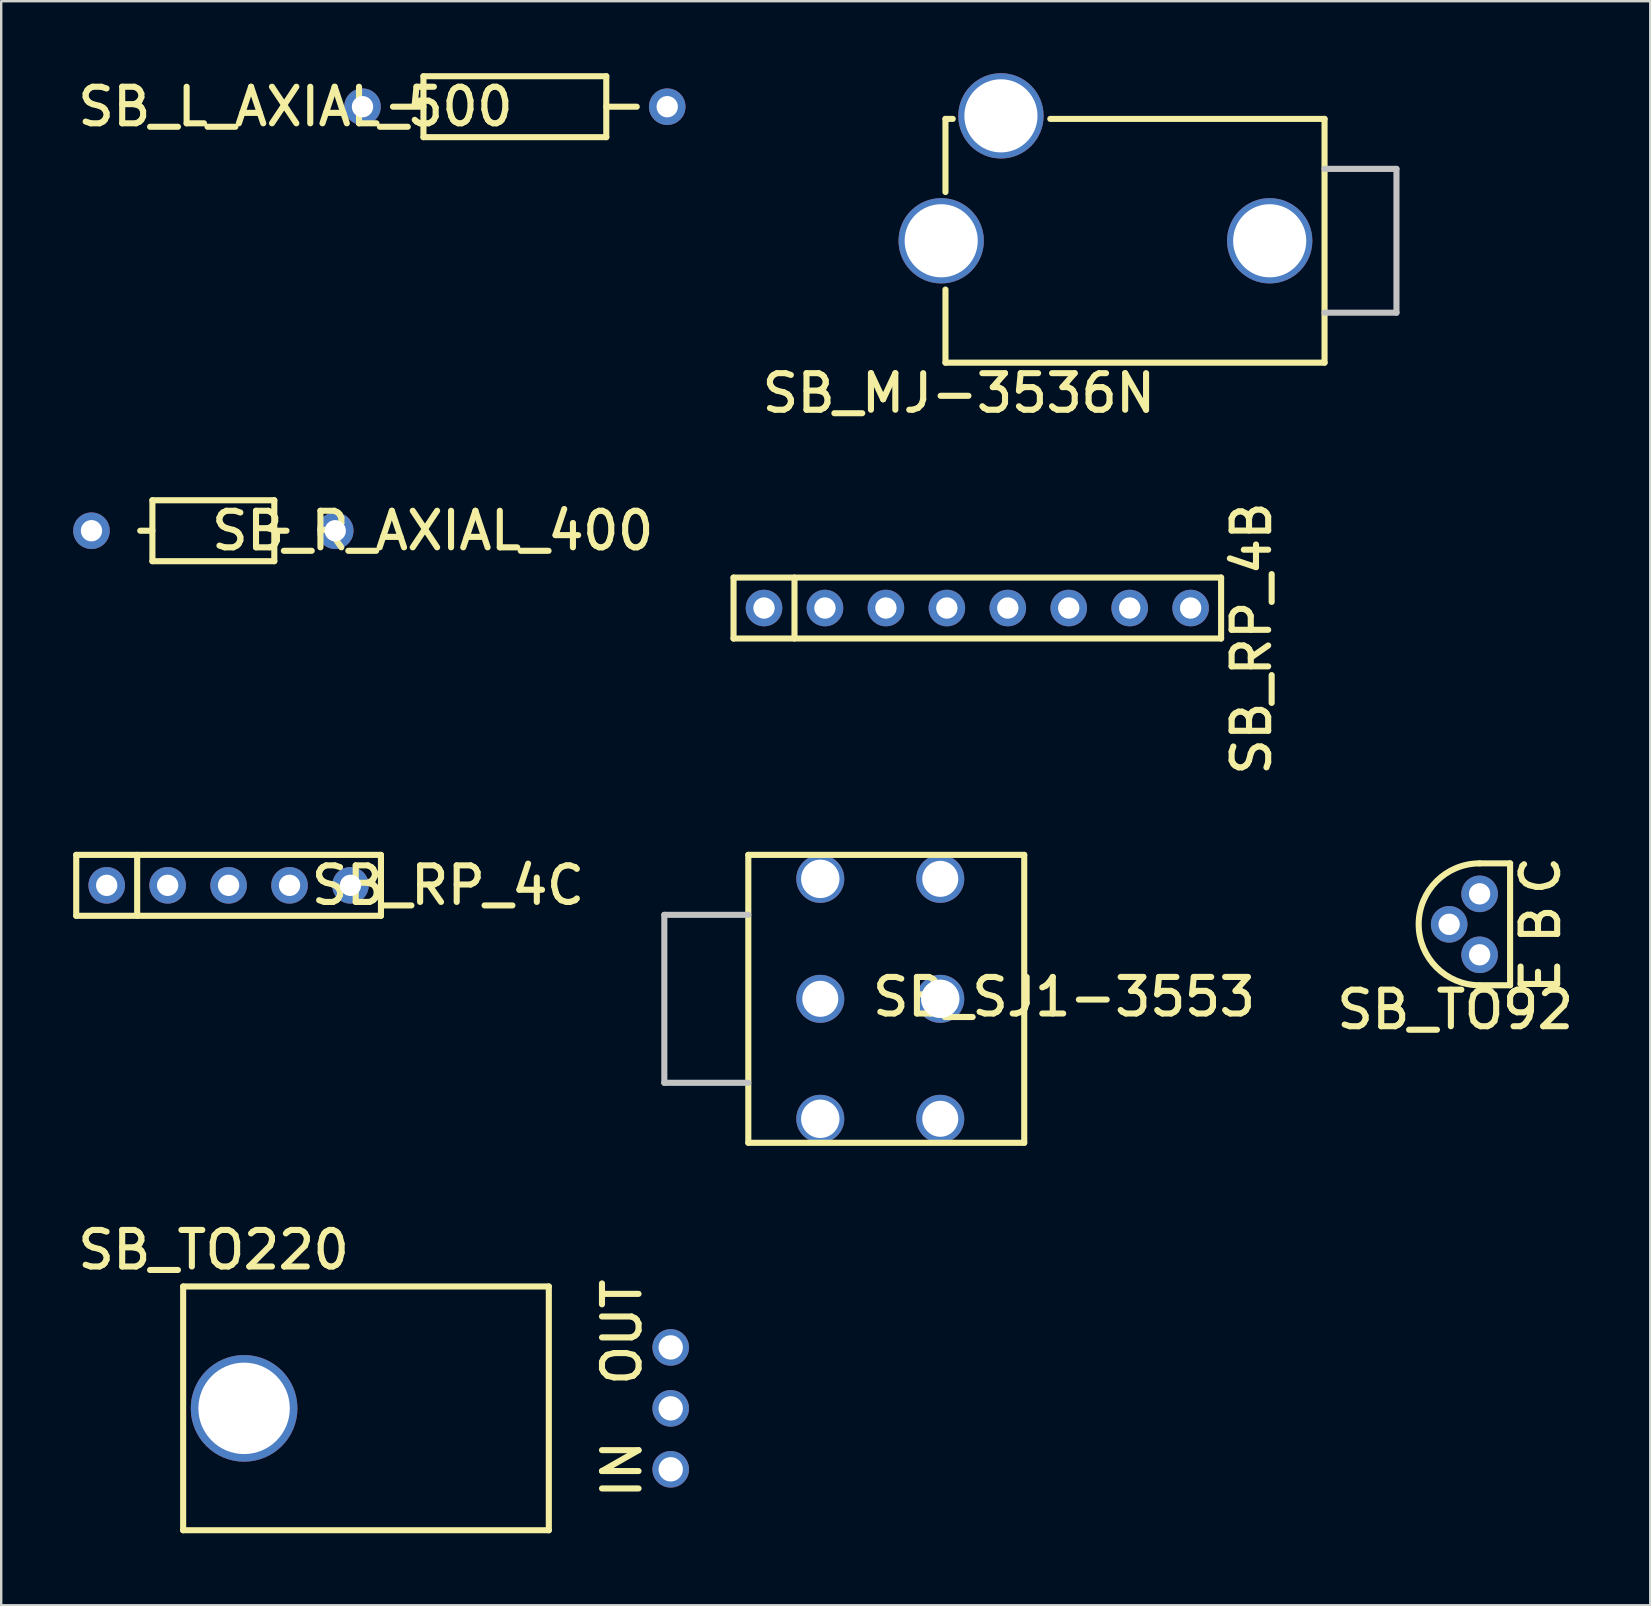
<source format=kicad_pcb>
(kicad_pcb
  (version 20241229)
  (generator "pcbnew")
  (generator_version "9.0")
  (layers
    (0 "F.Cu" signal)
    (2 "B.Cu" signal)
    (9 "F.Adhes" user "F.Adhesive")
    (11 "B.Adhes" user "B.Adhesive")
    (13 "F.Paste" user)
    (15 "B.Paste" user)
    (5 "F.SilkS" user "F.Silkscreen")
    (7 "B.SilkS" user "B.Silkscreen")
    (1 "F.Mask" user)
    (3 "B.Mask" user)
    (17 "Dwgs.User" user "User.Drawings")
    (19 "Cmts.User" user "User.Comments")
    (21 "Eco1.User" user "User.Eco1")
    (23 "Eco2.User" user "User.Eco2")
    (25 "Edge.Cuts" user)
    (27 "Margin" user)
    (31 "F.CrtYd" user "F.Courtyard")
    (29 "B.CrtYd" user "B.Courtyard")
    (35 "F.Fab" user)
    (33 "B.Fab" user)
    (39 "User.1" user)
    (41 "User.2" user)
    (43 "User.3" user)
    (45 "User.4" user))
  (footprint "SB_RP_4B"
    (layer "F.Cu")
    (at 28.792 22.291)
    (property "Reference" "SB_RP_4B" (at 20.32 1.27 90) (layer "F.SilkS") (effects (font (size 1.524 1.524) (thickness 0.254))))
    (attr through_hole)
    (fp_line (start -1.27 -1.27) (end -1.27 1.27) (stroke (width 0.254) (type solid)) (layer "F.SilkS"))
    (fp_line (start -1.27 1.27) (end 19.05 1.27) (stroke (width 0.254) (type solid)) (layer "F.SilkS"))
    (fp_line (start 1.27 -1.27) (end 1.27 1.27) (stroke (width 0.254) (type solid)) (layer "F.SilkS"))
    (fp_line (start 19.05 -1.27) (end -1.27 -1.27) (stroke (width 0.254) (type solid)) (layer "F.SilkS"))
    (fp_line (start 19.05 1.27) (end 19.05 -1.27) (stroke (width 0.254) (type solid)) (layer "F.SilkS"))
    (pad "1" thru_hole circle (at 0 0 270) (size 1.524 1.524) (drill 0.889) (layers "*.Cu" "*.Mask"))
    (pad "2" thru_hole circle (at 2.54 0 270) (size 1.524 1.524) (drill 0.889) (layers "*.Cu" "*.Mask"))
    (pad "3" thru_hole circle (at 5.08 0) (size 1.524 1.524) (drill 0.889) (layers "*.Cu" "*.Mask"))
    (pad "4" thru_hole circle (at 7.62 0) (size 1.524 1.524) (drill 0.889) (layers "*.Cu" "*.Mask"))
    (pad "5" thru_hole circle (at 10.16 0) (size 1.524 1.524) (drill 0.889) (layers "*.Cu" "*.Mask"))
    (pad "6" thru_hole circle (at 12.7 0) (size 1.524 1.524) (drill 0.889) (layers "*.Cu" "*.Mask"))
    (pad "7" thru_hole circle (at 15.24 0) (size 1.524 1.524) (drill 0.889) (layers "*.Cu" "*.Mask"))
    (pad "8" thru_hole circle (at 17.78 0) (size 1.524 1.524) (drill 0.889) (layers "*.Cu" "*.Mask")))
  (footprint "SB_R_AXIAL_400"
    (layer "F.Cu")
    (at 0.762 19.069)
    (property "Reference" "SB_R_AXIAL_400" (at 14.224 0 0) (layer "F.SilkS") (effects (font (size 1.524 1.524) (thickness 0.254))))
    (attr through_hole)
    (fp_line (start 2.54 -1.27) (end 2.54 1.27) (stroke (width 0.254) (type solid)) (layer "F.SilkS"))
    (fp_line (start 2.54 -1.27) (end 7.62 -1.27) (stroke (width 0.254) (type solid)) (layer "F.SilkS"))
    (fp_line (start 2.54 0) (end 2.032 0) (stroke (width 0.254) (type solid)) (layer "F.SilkS"))
    (fp_line (start 2.54 1.27) (end 7.62 1.27) (stroke (width 0.254) (type solid)) (layer "F.SilkS"))
    (fp_line (start 7.62 0) (end 8.128 0) (stroke (width 0.254) (type solid)) (layer "F.SilkS"))
    (fp_line (start 7.62 1.27) (end 7.62 -1.27) (stroke (width 0.254) (type solid)) (layer "F.SilkS"))
    (pad "1" thru_hole circle (at 0 0 270) (size 1.524 1.524) (drill 0.889) (layers "*.Cu" "*.Mask"))
    (pad "2" thru_hole circle (at 10.16 0 270) (size 1.524 1.524) (drill 0.889) (layers "*.Cu" "*.Mask")))
  (footprint "SB_TO220"
    (layer "F.Cu")
    (at 24.903 58.186)
    (property "Reference" "SB_TO220" (at -19.05 -9.144 0) (layer "F.SilkS") (effects (font (size 1.524 1.524) (thickness 0.254))))
    (attr through_hole)
    (fp_line (start -20.32 -7.62) (end -20.32 2.54) (stroke (width 0.254) (type solid)) (layer "F.SilkS"))
    (fp_line (start -20.32 2.54) (end -5.08 2.54) (stroke (width 0.254) (type solid)) (layer "F.SilkS"))
    (fp_line (start -5.08 -7.62) (end -20.32 -7.62) (stroke (width 0.254) (type solid)) (layer "F.SilkS"))
    (fp_line (start -5.08 2.54) (end -5.08 -7.62) (stroke (width 0.254) (type solid)) (layer "F.SilkS"))
    (fp_text user "OUT" (at -2.032 -5.715 90) (layer "F.SilkS") (effects (font (size 1.524 1.524) (thickness 0.254))))
    (fp_text user "IN" (at -2.032 0 90) (layer "F.SilkS") (effects (font (size 1.524 1.524) (thickness 0.254))))
    (pad "1" thru_hole circle (at 0 0 270) (size 1.524 1.524) (drill 1.016) (layers "*.Cu" "*.Mask"))
    (pad "2" thru_hole circle (at -17.78 -2.54 270) (size 4.445 4.445) (drill 3.81) (layers "*.Cu" "*.Mask"))
    (pad "2" thru_hole circle (at 0 -2.54 270) (size 1.524 1.524) (drill 1.016) (layers "*.Cu" "*.Mask"))
    (pad "3" thru_hole circle (at 0 -5.08 270) (size 1.524 1.524) (drill 1.016) (layers "*.Cu" "*.Mask")))
  (footprint "SB_TO92"
    (layer "F.Cu")
    (at 58.616 36.743)
    (property "Reference" "SB_TO92" (at -1.016 2.286 0) (layer "F.SilkS") (effects (font (size 1.524 1.524) (thickness 0.254))))
    (attr through_hole)
    (fp_line (start 0 1.27) (end 1.27 1.27) (stroke (width 0.254) (type solid)) (layer "F.SilkS"))
    (fp_line (start 1.27 -3.81) (end 0 -3.81) (stroke (width 0.254) (type solid)) (layer "F.SilkS"))
    (fp_line (start 1.27 1.27) (end 1.27 -3.81) (stroke (width 0.254) (type solid)) (layer "F.SilkS"))
    (fp_arc (start 0 1.27) (mid -2.54 -1.27) (end 0 -3.81) (stroke (width 0.254) (type solid)) (layer "F.SilkS"))
    (fp_text user "C" (at 2.54 -3.302 90) (layer "F.SilkS") (effects (font (size 1.524 1.524) (thickness 0.254))))
    (fp_text user "B" (at 2.54 -1.27 90) (layer "F.SilkS") (effects (font (size 1.524 1.524) (thickness 0.254))))
    (fp_text user "E" (at 2.54 0.889 90) (layer "F.SilkS") (effects (font (size 1.524 1.524) (thickness 0.254))))
    (pad "1" thru_hole circle (at 0 0 270) (size 1.524 1.524) (drill 0.889) (layers "*.Cu" "*.Mask"))
    (pad "2" thru_hole circle (at -1.27 -1.27 270) (size 1.524 1.524) (drill 0.889) (layers "*.Cu" "*.Mask"))
    (pad "3" thru_hole circle (at 0 -2.54 270) (size 1.524 1.524) (drill 0.889) (layers "*.Cu" "*.Mask")))
  (footprint "SB_SJ1-3553"
    (layer "F.Cu")
    (at 31.137 38.578)
    (property "Reference" "SB_SJ1-3553" (at 10.16 -0.08 0) (layer "F.SilkS") (effects (font (size 1.524 1.524) (thickness 0.254))))
    (attr through_hole)
    (fp_line (start -3 -6) (end 8.5 -6) (stroke (width 0.254) (type solid)) (layer "F.SilkS"))
    (fp_line (start -3 6) (end -3 -6) (stroke (width 0.254) (type solid)) (layer "F.SilkS"))
    (fp_line (start -3 6) (end 8.5 6) (stroke (width 0.254) (type solid)) (layer "F.SilkS"))
    (fp_line (start 8.5 6) (end 8.5 -6) (stroke (width 0.254) (type solid)) (layer "F.SilkS"))
    (fp_line (start -6.5 -3.5) (end -6.5 3.5) (stroke (width 0.254) (type solid)) (layer "Dwgs.User"))
    (fp_line (start -6.5 3.5) (end -3 3.5) (stroke (width 0.254) (type solid)) (layer "Dwgs.User"))
    (fp_line (start -3 -3.5) (end -6.5 -3.5) (stroke (width 0.254) (type solid)) (layer "Dwgs.User"))
    (pad "0" thru_hole circle (at 0 -5) (size 2 2) (drill 1.6) (layers "*.Cu" "*.Mask"))
    (pad "0" thru_hole circle (at 0 5) (size 2 2) (drill 1.6) (layers "*.Cu" "*.Mask"))
    (pad "0" thru_hole circle (at 5 0) (size 2 2) (drill 1.6) (layers "*.Cu" "*.Mask"))
    (pad "1" thru_hole circle (at 5 5) (size 2 2) (drill 1.5) (layers "*.Cu" "*.Mask"))
    (pad "2" thru_hole circle (at 5 -5) (size 2 2) (drill 1.5) (layers "*.Cu" "*.Mask"))
    (pad "3" thru_hole circle (at 0 0) (size 2 2) (drill 1.5) (layers "*.Cu" "*.Mask")))
  (footprint "SB_MJ-3536N"
    (layer "F.Cu")
    (at 49.867 6.985)
    (property "Reference" "SB_MJ-3536N" (at -12.954 6.35 0) (layer "F.SilkS") (effects (font (size 1.524 1.524) (thickness 0.254))))
    (attr through_hole)
    (fp_line (start -13.513 -5.08) (end -13.513 -2.032) (stroke (width 0.254) (type solid)) (layer "F.SilkS"))
    (fp_line (start -13.513 -5.08) (end -13.208 -5.08) (stroke (width 0.254) (type solid)) (layer "F.SilkS"))
    (fp_line (start -13.513 5.08) (end -13.513 2.032) (stroke (width 0.254) (type solid)) (layer "F.SilkS"))
    (fp_line (start 2.286 -5.08) (end -9.144 -5.08) (stroke (width 0.254) (type solid)) (layer "F.SilkS"))
    (fp_line (start 2.286 5.08) (end -13.513 5.08) (stroke (width 0.254) (type solid)) (layer "F.SilkS"))
    (fp_line (start 2.286 5.08) (end 2.286 -5.08) (stroke (width 0.254) (type solid)) (layer "F.SilkS"))
    (fp_line (start 2.286 -2.997) (end 5.283 -2.997) (stroke (width 0.254) (type solid)) (layer "Dwgs.User"))
    (fp_line (start 2.286 2.997) (end 5.283 2.997) (stroke (width 0.254) (type solid)) (layer "Dwgs.User"))
    (fp_line (start 5.283 -2.997) (end 5.283 2.997) (stroke (width 0.254) (type solid)) (layer "Dwgs.User"))
    (pad "1" thru_hole circle (at -13.691 0 270) (size 3.556 3.556) (drill 3.048) (layers "*.Cu" "*.Mask"))
    (pad "2" thru_hole circle (at 0 0 270) (size 3.556 3.556) (drill 3.048) (layers "*.Cu" "*.Mask"))
    (pad "3" thru_hole circle (at -11.201 -5.207 270) (size 3.556 3.556) (drill 3.048) (layers "*.Cu" "*.Mask")))
  (footprint "SB_L_AXIAL_500"
    (layer "F.Cu")
    (at 12.058 1.397)
    (property "Reference" "SB_L_AXIAL_500" (at -2.794 0 0) (layer "F.SilkS") (effects (font (size 1.524 1.524) (thickness 0.254))))
    (attr through_hole)
    (fp_line (start 2.54 -1.27) (end 10.16 -1.27) (stroke (width 0.254) (type solid)) (layer "F.SilkS"))
    (fp_line (start 2.54 0) (end 1.27 0) (stroke (width 0.254) (type solid)) (layer "F.SilkS"))
    (fp_line (start 2.54 1.27) (end 2.54 -1.27) (stroke (width 0.254) (type solid)) (layer "F.SilkS"))
    (fp_line (start 10.16 0) (end 11.43 0) (stroke (width 0.254) (type solid)) (layer "F.SilkS"))
    (fp_line (start 10.16 1.27) (end 2.54 1.27) (stroke (width 0.254) (type solid)) (layer "F.SilkS"))
    (fp_line (start 10.16 1.27) (end 10.16 -1.27) (stroke (width 0.254) (type solid)) (layer "F.SilkS"))
    (pad "1" thru_hole circle (at 0 0 270) (size 1.524 1.524) (drill 0.889) (layers "*.Cu" "*.Mask"))
    (pad "2" thru_hole circle (at 12.7 0 270) (size 1.524 1.524) (drill 0.889) (layers "*.Cu" "*.Mask")))
  (footprint "SB_RP_4C"
    (layer "F.Cu")
    (at 1.397 33.848)
    (property "Reference" "SB_RP_4C" (at 14.224 0 0) (layer "F.SilkS") (effects (font (size 1.524 1.524) (thickness 0.254))))
    (attr through_hole)
    (fp_line (start -1.27 -1.27) (end -1.27 1.27) (stroke (width 0.254) (type solid)) (layer "F.SilkS"))
    (fp_line (start -1.27 1.27) (end 11.43 1.27) (stroke (width 0.254) (type solid)) (layer "F.SilkS"))
    (fp_line (start 1.27 -1.27) (end 1.27 1.27) (stroke (width 0.254) (type solid)) (layer "F.SilkS"))
    (fp_line (start 11.43 -1.27) (end -1.27 -1.27) (stroke (width 0.254) (type solid)) (layer "F.SilkS"))
    (fp_line (start 11.43 1.27) (end 11.43 -1.27) (stroke (width 0.254) (type solid)) (layer "F.SilkS"))
    (pad "1" thru_hole circle (at 0 0 270) (size 1.524 1.524) (drill 0.889) (layers "*.Cu" "*.Mask"))
    (pad "2" thru_hole circle (at 2.54 0 270) (size 1.524 1.524) (drill 0.889) (layers "*.Cu" "*.Mask"))
    (pad "3" thru_hole circle (at 5.08 0) (size 1.524 1.524) (drill 0.889) (layers "*.Cu" "*.Mask"))
    (pad "4" thru_hole circle (at 7.62 0) (size 1.524 1.524) (drill 0.889) (layers "*.Cu" "*.Mask"))
    (pad "5" thru_hole circle (at 10.16 0) (size 1.524 1.524) (drill 0.889) (layers "*.Cu" "*.Mask")))
  (gr_rect
    (start -3 -3)
    (end 65.727 63.853)
    (stroke (width 0.1) (type default))
    (fill no)
    (layer "Edge.Cuts")))
</source>
